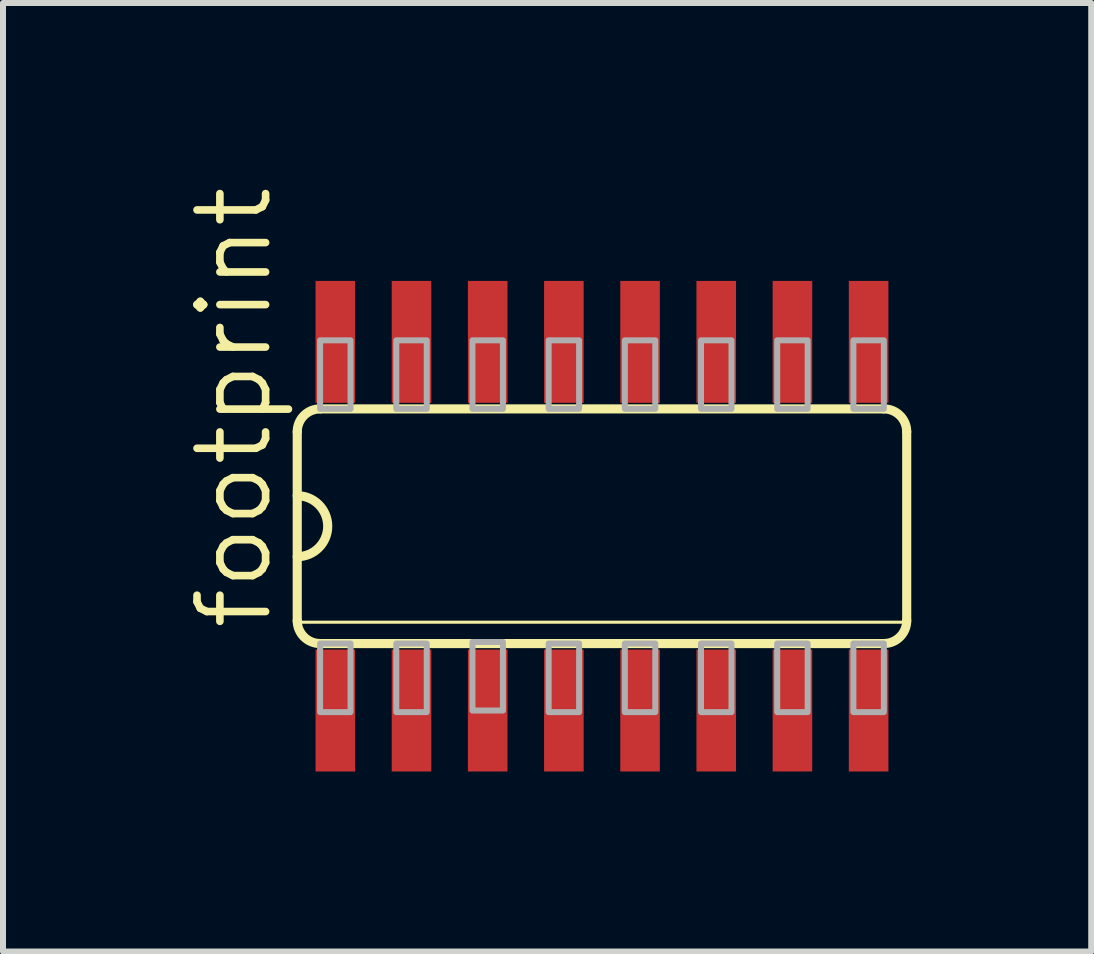
<source format=kicad_pcb>
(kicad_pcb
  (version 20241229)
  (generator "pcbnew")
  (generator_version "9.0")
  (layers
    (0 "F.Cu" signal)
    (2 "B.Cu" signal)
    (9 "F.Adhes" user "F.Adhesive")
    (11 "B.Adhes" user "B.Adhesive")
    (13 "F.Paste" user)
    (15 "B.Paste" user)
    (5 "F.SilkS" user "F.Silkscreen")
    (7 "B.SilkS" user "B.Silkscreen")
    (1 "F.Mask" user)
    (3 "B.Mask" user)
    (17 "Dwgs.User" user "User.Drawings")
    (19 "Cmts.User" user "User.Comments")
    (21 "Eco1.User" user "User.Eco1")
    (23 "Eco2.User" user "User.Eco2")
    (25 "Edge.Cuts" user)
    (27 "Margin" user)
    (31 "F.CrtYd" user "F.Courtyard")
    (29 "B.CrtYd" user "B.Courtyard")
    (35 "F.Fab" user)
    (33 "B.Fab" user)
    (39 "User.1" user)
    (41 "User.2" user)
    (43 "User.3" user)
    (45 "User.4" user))
  (footprint "footprint"
    (layer "F.Cu")
    (at 6.985 5.722)
    (property "Reference" "footprint" (at -5.461 1.778 90) (layer "F.SilkS") (effects (font (size 1.143 1.143) (thickness 0.127)) (justify left bottom)))
    (fp_line (start -5.08 -1.575) (end -5.08 1.575) (stroke (width 0.152) (type solid)) (layer "F.SilkS"))
    (fp_line (start -5.08 1.6) (end 5.08 1.6) (stroke (width 0.051) (type solid)) (layer "F.SilkS"))
    (fp_line (start -4.699 1.956) (end 4.699 1.956) (stroke (width 0.152) (type solid)) (layer "F.SilkS"))
    (fp_line (start 4.699 -1.956) (end -4.699 -1.956) (stroke (width 0.152) (type solid)) (layer "F.SilkS"))
    (fp_line (start 5.08 1.575) (end 5.08 -1.575) (stroke (width 0.152) (type solid)) (layer "F.SilkS"))
    (fp_arc (start -5.08 -1.5748) (mid -4.968408 -1.844208) (end -4.699 -1.9558) (stroke (width 0.1524) (type solid)) (layer "F.SilkS"))
    (fp_arc (start -5.08 -0.508) (mid -4.572 0) (end -5.08 0.508) (stroke (width 0.1524) (type solid)) (layer "F.SilkS"))
    (fp_arc (start -4.699 1.9558) (mid -4.968408 1.844208) (end -5.08 1.5748) (stroke (width 0.1524) (type solid)) (layer "F.SilkS"))
    (fp_arc (start 4.699 -1.9558) (mid 4.968408 -1.844208) (end 5.08 -1.5748) (stroke (width 0.1524) (type solid)) (layer "F.SilkS"))
    (fp_arc (start 5.08 1.5748) (mid 4.968408 1.844208) (end 4.699 1.9558) (stroke (width 0.1524) (type solid)) (layer "F.SilkS"))
    (fp_poly (pts (xy -4.699 -1.956) (xy -4.191 -1.956) (xy -4.191 -3.099) (xy -4.699 -3.099)) (stroke (width 0.1) (type solid)) (fill no) (layer "F.Fab"))
    (fp_poly (pts (xy -4.699 3.099) (xy -4.191 3.099) (xy -4.191 1.956) (xy -4.699 1.956)) (stroke (width 0.1) (type solid)) (fill no) (layer "F.Fab"))
    (fp_poly (pts (xy -3.429 -1.956) (xy -2.921 -1.956) (xy -2.921 -3.099) (xy -3.429 -3.099)) (stroke (width 0.1) (type solid)) (fill no) (layer "F.Fab"))
    (fp_poly (pts (xy -3.429 3.099) (xy -2.921 3.099) (xy -2.921 1.956) (xy -3.429 1.956)) (stroke (width 0.1) (type solid)) (fill no) (layer "F.Fab"))
    (fp_poly (pts (xy -2.159 -1.956) (xy -1.651 -1.956) (xy -1.651 -3.099) (xy -2.159 -3.099)) (stroke (width 0.1) (type solid)) (fill no) (layer "F.Fab"))
    (fp_poly (pts (xy -2.159 3.073) (xy -1.651 3.073) (xy -1.651 1.93) (xy -2.159 1.93)) (stroke (width 0.1) (type solid)) (fill no) (layer "F.Fab"))
    (fp_poly (pts (xy -0.889 -1.956) (xy -0.381 -1.956) (xy -0.381 -3.099) (xy -0.889 -3.099)) (stroke (width 0.1) (type solid)) (fill no) (layer "F.Fab"))
    (fp_poly (pts (xy -0.889 3.099) (xy -0.381 3.099) (xy -0.381 1.956) (xy -0.889 1.956)) (stroke (width 0.1) (type solid)) (fill no) (layer "F.Fab"))
    (fp_poly (pts (xy 0.381 -1.956) (xy 0.889 -1.956) (xy 0.889 -3.099) (xy 0.381 -3.099)) (stroke (width 0.1) (type solid)) (fill no) (layer "F.Fab"))
    (fp_poly (pts (xy 0.381 3.099) (xy 0.889 3.099) (xy 0.889 1.956) (xy 0.381 1.956)) (stroke (width 0.1) (type solid)) (fill no) (layer "F.Fab"))
    (fp_poly (pts (xy 1.651 -1.956) (xy 2.159 -1.956) (xy 2.159 -3.099) (xy 1.651 -3.099)) (stroke (width 0.1) (type solid)) (fill no) (layer "F.Fab"))
    (fp_poly (pts (xy 1.651 3.099) (xy 2.159 3.099) (xy 2.159 1.956) (xy 1.651 1.956)) (stroke (width 0.1) (type solid)) (fill no) (layer "F.Fab"))
    (fp_poly (pts (xy 2.921 -1.956) (xy 3.429 -1.956) (xy 3.429 -3.099) (xy 2.921 -3.099)) (stroke (width 0.1) (type solid)) (fill no) (layer "F.Fab"))
    (fp_poly (pts (xy 2.921 3.099) (xy 3.429 3.099) (xy 3.429 1.956) (xy 2.921 1.956)) (stroke (width 0.1) (type solid)) (fill no) (layer "F.Fab"))
    (fp_poly (pts (xy 4.191 -1.956) (xy 4.699 -1.956) (xy 4.699 -3.099) (xy 4.191 -3.099)) (stroke (width 0.1) (type solid)) (fill no) (layer "F.Fab"))
    (fp_poly (pts (xy 4.191 3.099) (xy 4.699 3.099) (xy 4.699 1.956) (xy 4.191 1.956)) (stroke (width 0.1) (type solid)) (fill no) (layer "F.Fab"))
    (pad "1" smd rect (at -4.445 3.073) (size 0.66 2.032) (layers "F.Cu" "F.Mask" "F.Paste"))
    (pad "2" smd rect (at -3.175 3.073) (size 0.66 2.032) (layers "F.Cu" "F.Mask" "F.Paste"))
    (pad "3" smd rect (at -1.905 3.073) (size 0.66 2.032) (layers "F.Cu" "F.Mask" "F.Paste"))
    (pad "4" smd rect (at -0.635 3.073) (size 0.66 2.032) (layers "F.Cu" "F.Mask" "F.Paste"))
    (pad "5" smd rect (at 0.635 3.073) (size 0.66 2.032) (layers "F.Cu" "F.Mask" "F.Paste"))
    (pad "6" smd rect (at 1.905 3.073) (size 0.66 2.032) (layers "F.Cu" "F.Mask" "F.Paste"))
    (pad "7" smd rect (at 3.175 3.073) (size 0.66 2.032) (layers "F.Cu" "F.Mask" "F.Paste"))
    (pad "8" smd rect (at 4.445 3.073) (size 0.66 2.032) (layers "F.Cu" "F.Mask" "F.Paste"))
    (pad "9" smd rect (at 4.445 -3.073) (size 0.66 2.032) (layers "F.Cu" "F.Mask" "F.Paste"))
    (pad "10" smd rect (at 3.175 -3.073) (size 0.66 2.032) (layers "F.Cu" "F.Mask" "F.Paste"))
    (pad "11" smd rect (at 1.905 -3.073) (size 0.66 2.032) (layers "F.Cu" "F.Mask" "F.Paste"))
    (pad "12" smd rect (at 0.635 -3.073) (size 0.66 2.032) (layers "F.Cu" "F.Mask" "F.Paste"))
    (pad "13" smd rect (at -0.635 -3.073) (size 0.66 2.032) (layers "F.Cu" "F.Mask" "F.Paste"))
    (pad "14" smd rect (at -1.905 -3.073) (size 0.66 2.032) (layers "F.Cu" "F.Mask" "F.Paste"))
    (pad "15" smd rect (at -3.175 -3.073) (size 0.66 2.032) (layers "F.Cu" "F.Mask" "F.Paste"))
    (pad "16" smd rect (at -4.445 -3.073) (size 0.66 2.032) (layers "F.Cu" "F.Mask" "F.Paste")))
  (gr_rect
    (start -3 -3)
    (end 15.141 12.812)
    (stroke (width 0.1) (type default))
    (fill no)
    (layer "Edge.Cuts")))
</source>
